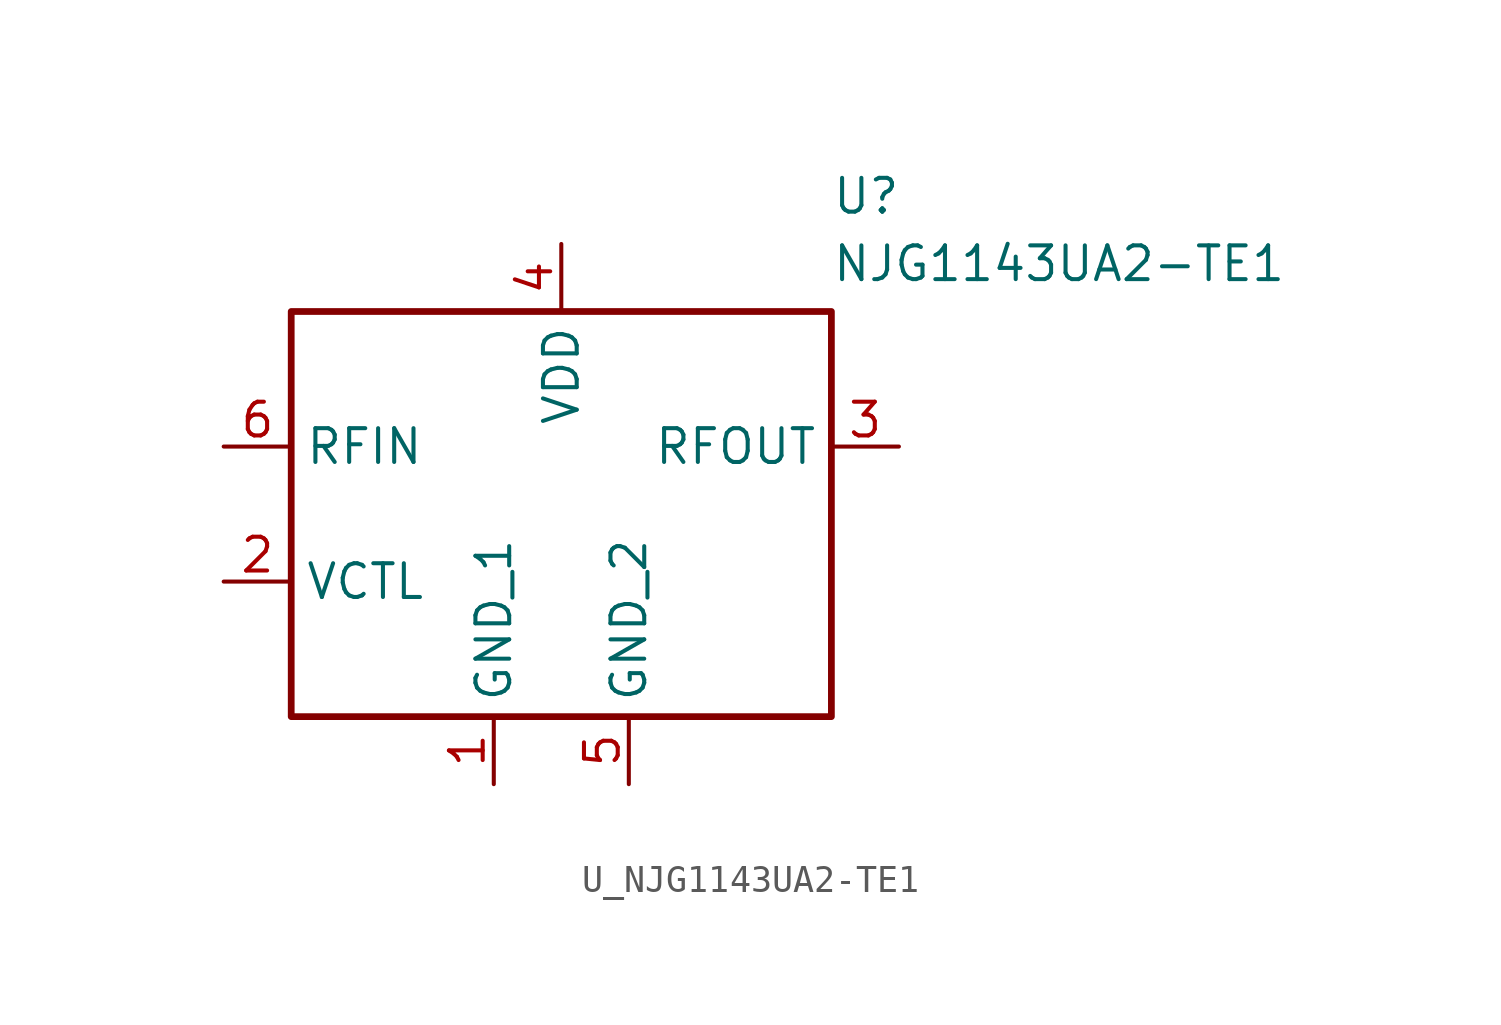
<source format=kicad_sym>
(kicad_symbol_lib
  (version 20231120)
  (generator "kicad_symbol_editor")
  (generator_version "8.0")
  (symbol "U_NJG1143UA2-TE1"
    (property "Reference" "U"
      (at 10.16 12.7 0)
      (effects (font (size 1.27 1.27)) (justify left top)))
    (property "Value" "NJG1143UA2-TE1"
      (at 10.16 10.16 0)
      (effects (font (size 1.27 1.27)) (justify left top)))
    (symbol "U_NJG1143UA2-TE1_1_1"
      (rectangle (start -10.16 7.62) (end 10.16 -7.62) (stroke (width 0.254) (type default)) (fill (type none)))
      (pin passive line (at -2.54 -10.16 90) (length 2.54) (name "GND_1" (effects (font (size 1.27 1.27)))) (number "1" (effects (font (size 1.27 1.27)))))
      (pin passive line (at -12.7 -2.54 0) (length 2.54) (name "VCTL" (effects (font (size 1.27 1.27)))) (number "2" (effects (font (size 1.27 1.27)))))
      (pin passive line (at 12.7 2.54 180) (length 2.54) (name "RFOUT" (effects (font (size 1.27 1.27)))) (number "3" (effects (font (size 1.27 1.27)))))
      (pin passive line (at 0 10.16 270) (length 2.54) (name "VDD" (effects (font (size 1.27 1.27)))) (number "4" (effects (font (size 1.27 1.27)))))
      (pin passive line (at 2.54 -10.16 90) (length 2.54) (name "GND_2" (effects (font (size 1.27 1.27)))) (number "5" (effects (font (size 1.27 1.27)))))
      (pin passive line (at -12.7 2.54 0) (length 2.54) (name "RFIN" (effects (font (size 1.27 1.27)))) (number "6" (effects (font (size 1.27 1.27))))))))
</source>
